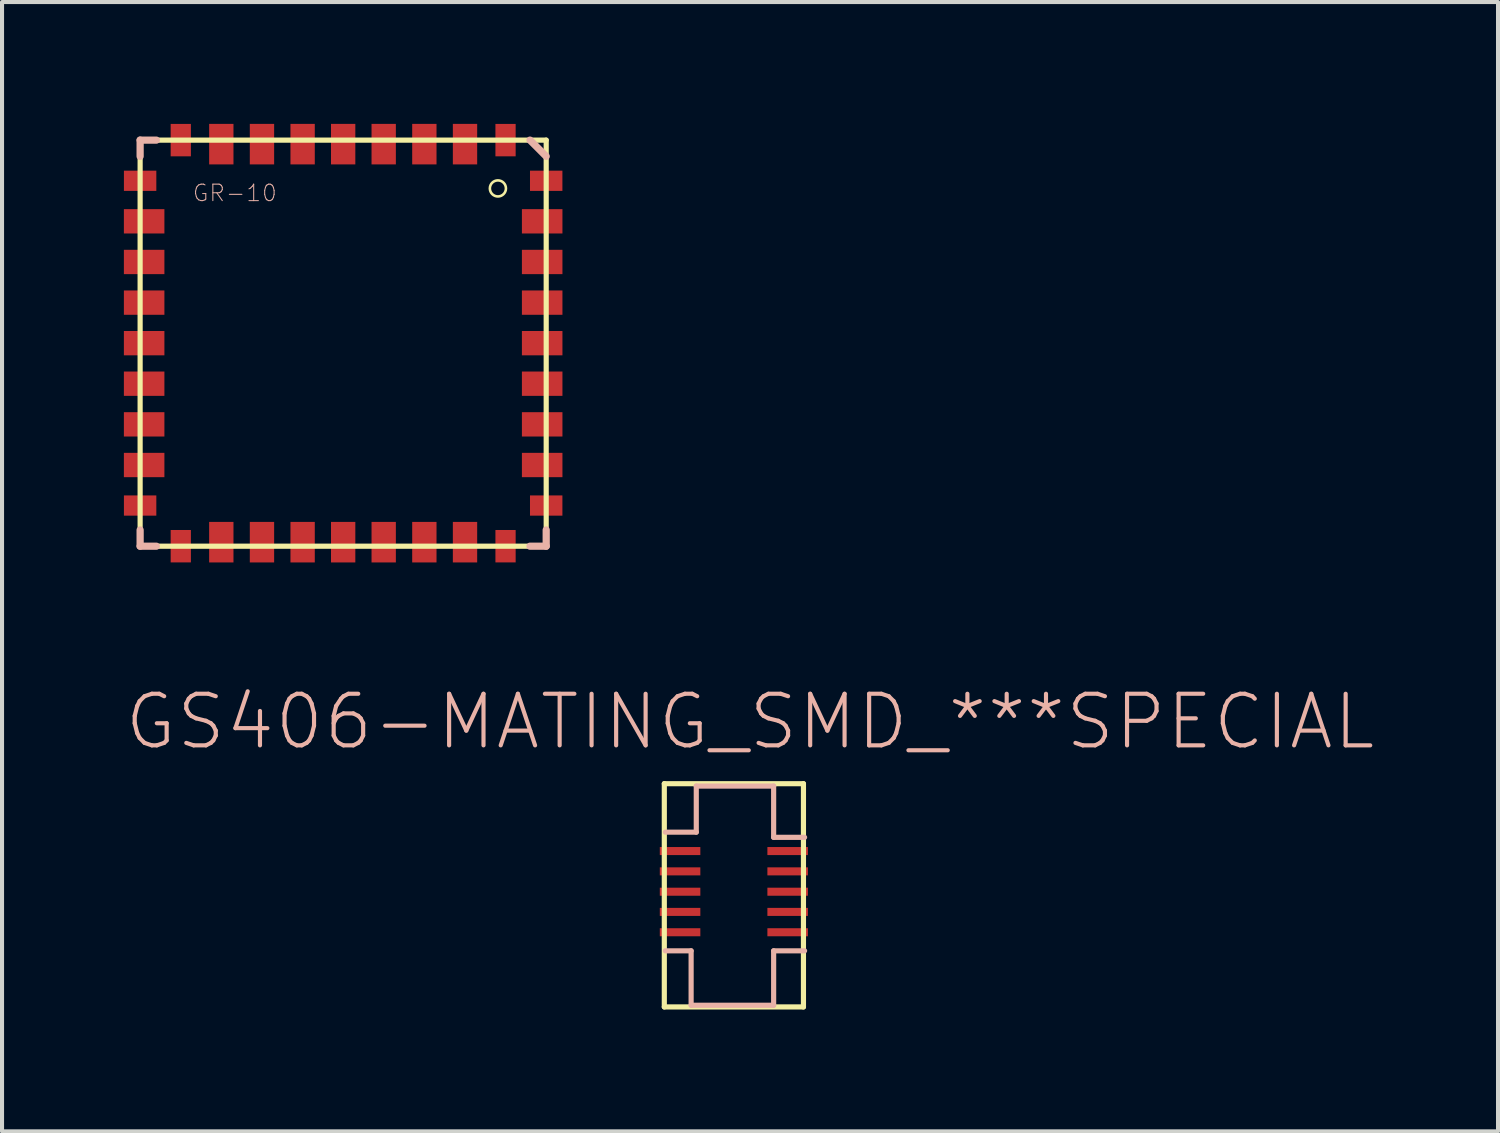
<source format=kicad_pcb>
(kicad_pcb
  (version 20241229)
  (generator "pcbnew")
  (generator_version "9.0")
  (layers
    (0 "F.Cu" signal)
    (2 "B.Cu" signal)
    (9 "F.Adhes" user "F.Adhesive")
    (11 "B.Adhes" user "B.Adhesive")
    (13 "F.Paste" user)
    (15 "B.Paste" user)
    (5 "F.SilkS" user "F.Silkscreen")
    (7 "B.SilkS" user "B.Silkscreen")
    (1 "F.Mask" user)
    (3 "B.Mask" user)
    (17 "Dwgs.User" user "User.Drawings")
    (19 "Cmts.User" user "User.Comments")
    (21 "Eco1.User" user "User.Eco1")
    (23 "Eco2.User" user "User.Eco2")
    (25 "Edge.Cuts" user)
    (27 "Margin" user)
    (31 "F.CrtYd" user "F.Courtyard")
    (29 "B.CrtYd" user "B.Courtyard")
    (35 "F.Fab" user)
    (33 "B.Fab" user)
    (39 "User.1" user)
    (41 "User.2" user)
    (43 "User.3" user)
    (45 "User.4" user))
  (footprint "GS406-MATING_SMD_***SPECIAL"
    (layer "F.Cu")
    (at 14.982 18.963)
    (property "Reference" "GS406-MATING_SMD_***SPECIAL" (at 0.434 -4.244 0) (layer "B.SilkS") (effects (font (size 1.27 1.27) (thickness 0.102))))
    (attr smd)
    (fp_line (start -1.676 -2.718) (end 1.75 -2.718) (stroke (width 0.127) (type solid)) (layer "F.SilkS"))
    (fp_line (start -1.676 2.779) (end -1.676 -2.718) (stroke (width 0.127) (type solid)) (layer "F.SilkS"))
    (fp_line (start 1.75 -2.718) (end 1.75 2.779) (stroke (width 0.127) (type solid)) (layer "F.SilkS"))
    (fp_line (start 1.75 2.779) (end -1.676 2.779) (stroke (width 0.127) (type solid)) (layer "F.SilkS"))
    (fp_line (start -1.651 -1.524) (end -0.889 -1.524) (stroke (width 0.127) (type solid)) (layer "B.SilkS"))
    (fp_line (start -1.016 1.397) (end -1.651 1.397) (stroke (width 0.127) (type solid)) (layer "B.SilkS"))
    (fp_line (start -1.016 2.738) (end -1.016 1.397) (stroke (width 0.127) (type solid)) (layer "B.SilkS"))
    (fp_line (start -0.889 -2.659) (end 1.016 -2.659) (stroke (width 0.127) (type solid)) (layer "B.SilkS"))
    (fp_line (start -0.889 -1.524) (end -0.889 -2.659) (stroke (width 0.127) (type solid)) (layer "B.SilkS"))
    (fp_line (start 1.016 -2.659) (end 1.016 -1.397) (stroke (width 0.127) (type solid)) (layer "B.SilkS"))
    (fp_line (start 1.016 -1.397) (end 1.778 -1.397) (stroke (width 0.127) (type solid)) (layer "B.SilkS"))
    (fp_line (start 1.016 1.397) (end 1.016 2.738) (stroke (width 0.127) (type solid)) (layer "B.SilkS"))
    (fp_line (start 1.016 2.738) (end -1.016 2.738) (stroke (width 0.127) (type solid)) (layer "B.SilkS"))
    (fp_line (start 1.778 1.397) (end 1.016 1.397) (stroke (width 0.127) (type solid)) (layer "B.SilkS"))
    (pad "1" smd rect (at -1.288 -1.059) (size 0.998 0.198) (layers "F.Cu" "F.Mask" "F.Paste"))
    (pad "2" smd rect (at -1.288 -0.559) (size 0.998 0.198) (layers "F.Cu" "F.Mask" "F.Paste"))
    (pad "3" smd rect (at -1.288 -0.058) (size 0.998 0.198) (layers "F.Cu" "F.Mask" "F.Paste"))
    (pad "4" smd rect (at -1.288 0.439) (size 0.998 0.198) (layers "F.Cu" "F.Mask" "F.Paste"))
    (pad "5" smd rect (at -1.288 0.94) (size 0.998 0.198) (layers "F.Cu" "F.Mask" "F.Paste"))
    (pad "6" smd rect (at 1.361 -1.059) (size 0.998 0.198) (layers "F.Cu" "F.Mask" "F.Paste"))
    (pad "7" smd rect (at 1.361 -0.559) (size 0.998 0.198) (layers "F.Cu" "F.Mask" "F.Paste"))
    (pad "8" smd rect (at 1.361 -0.058) (size 0.998 0.198) (layers "F.Cu" "F.Mask" "F.Paste"))
    (pad "9" smd rect (at 1.361 0.439) (size 0.998 0.198) (layers "F.Cu" "F.Mask" "F.Paste"))
    (pad "10" smd rect (at 1.361 0.94) (size 0.998 0.198) (layers "F.Cu" "F.Mask" "F.Paste")))
  (footprint "GR-10"
    (layer "F.Cu")
    (at 5.399 5.399)
    (property "Reference" "GR-10" (at -2.667 -3.696 0) (layer "B.SilkS") (effects (font (size 0.406 0.406) (thickness 0.025))))
    (attr smd)
    (fp_line (start -4.999 -4.999) (end 4.999 -4.999) (stroke (width 0.127) (type solid)) (layer "F.SilkS"))
    (fp_line (start -4.999 4.999) (end -4.999 -4.999) (stroke (width 0.127) (type solid)) (layer "F.SilkS"))
    (fp_line (start 4.999 -4.999) (end 4.999 4.999) (stroke (width 0.127) (type solid)) (layer "F.SilkS"))
    (fp_line (start 4.999 4.999) (end -4.999 4.999) (stroke (width 0.127) (type solid)) (layer "F.SilkS"))
    (fp_circle (center 3.81 -3.81) (end 3.95 -3.95) (stroke (width 0.064) (type solid)) (fill no) (layer "F.SilkS"))
    (fp_line (start -4.999 -4.999) (end -4.999 -4.6) (stroke (width 0.178) (type solid)) (layer "B.SilkS"))
    (fp_line (start -4.999 -4.999) (end -4.6 -4.999) (stroke (width 0.178) (type solid)) (layer "B.SilkS"))
    (fp_line (start -4.999 4.999) (end -4.999 4.6) (stroke (width 0.178) (type solid)) (layer "B.SilkS"))
    (fp_line (start -4.999 4.999) (end -4.6 4.999) (stroke (width 0.178) (type solid)) (layer "B.SilkS"))
    (fp_line (start 4.999 -4.6) (end 4.6 -4.999) (stroke (width 0.178) (type solid)) (layer "B.SilkS"))
    (fp_line (start 4.999 4.999) (end 4.6 4.999) (stroke (width 0.178) (type solid)) (layer "B.SilkS"))
    (fp_line (start 4.999 4.999) (end 4.999 4.6) (stroke (width 0.178) (type solid)) (layer "B.SilkS"))
    (pad "1" smd rect (at 4.999 -3.998) (size 0.798 0.498) (layers "F.Cu" "F.Mask" "F.Paste"))
    (pad "2" smd rect (at 4.9 -3) (size 0.998 0.599) (layers "F.Cu" "F.Mask" "F.Paste"))
    (pad "3" smd rect (at 4.9 -1.999) (size 0.998 0.599) (layers "F.Cu" "F.Mask" "F.Paste"))
    (pad "4" smd rect (at 4.9 -0.998) (size 0.998 0.599) (layers "F.Cu" "F.Mask" "F.Paste"))
    (pad "5" smd rect (at 4.9 0) (size 0.998 0.599) (layers "F.Cu" "F.Mask" "F.Paste"))
    (pad "6" smd rect (at 4.9 0.998) (size 0.998 0.599) (layers "F.Cu" "F.Mask" "F.Paste"))
    (pad "7" smd rect (at 4.9 1.999) (size 0.998 0.599) (layers "F.Cu" "F.Mask" "F.Paste"))
    (pad "8" smd rect (at 4.9 3) (size 0.998 0.599) (layers "F.Cu" "F.Mask" "F.Paste"))
    (pad "9" smd rect (at 4.999 3.998) (size 0.798 0.498) (layers "F.Cu" "F.Mask" "F.Paste"))
    (pad "10" smd rect (at 3.998 4.999 270) (size 0.798 0.498) (layers "F.Cu" "F.Mask" "F.Paste"))
    (pad "11" smd rect (at 3 4.9 270) (size 0.998 0.599) (layers "F.Cu" "F.Mask" "F.Paste"))
    (pad "12" smd rect (at 1.999 4.9 270) (size 0.998 0.599) (layers "F.Cu" "F.Mask" "F.Paste"))
    (pad "13" smd rect (at 0.998 4.9 270) (size 0.998 0.599) (layers "F.Cu" "F.Mask" "F.Paste"))
    (pad "14" smd rect (at 0 4.9 270) (size 0.998 0.599) (layers "F.Cu" "F.Mask" "F.Paste"))
    (pad "15" smd rect (at -0.998 4.9 270) (size 0.998 0.599) (layers "F.Cu" "F.Mask" "F.Paste"))
    (pad "16" smd rect (at -1.999 4.9 270) (size 0.998 0.599) (layers "F.Cu" "F.Mask" "F.Paste"))
    (pad "17" smd rect (at -3 4.9 270) (size 0.998 0.599) (layers "F.Cu" "F.Mask" "F.Paste"))
    (pad "18" smd rect (at -3.998 4.999 270) (size 0.798 0.498) (layers "F.Cu" "F.Mask" "F.Paste"))
    (pad "19" smd rect (at -4.999 3.998 180) (size 0.798 0.498) (layers "F.Cu" "F.Mask" "F.Paste"))
    (pad "20" smd rect (at -4.9 3 180) (size 0.998 0.599) (layers "F.Cu" "F.Mask" "F.Paste"))
    (pad "21" smd rect (at -4.9 1.999 180) (size 0.998 0.599) (layers "F.Cu" "F.Mask" "F.Paste"))
    (pad "22" smd rect (at -4.9 0.998 180) (size 0.998 0.599) (layers "F.Cu" "F.Mask" "F.Paste"))
    (pad "23" smd rect (at -4.9 0 180) (size 0.998 0.599) (layers "F.Cu" "F.Mask" "F.Paste"))
    (pad "24" smd rect (at -4.9 -0.998 180) (size 0.998 0.599) (layers "F.Cu" "F.Mask" "F.Paste"))
    (pad "25" smd rect (at -4.9 -1.999 180) (size 0.998 0.599) (layers "F.Cu" "F.Mask" "F.Paste"))
    (pad "26" smd rect (at -4.9 -3 180) (size 0.998 0.599) (layers "F.Cu" "F.Mask" "F.Paste"))
    (pad "27" smd rect (at -4.999 -3.998 180) (size 0.798 0.498) (layers "F.Cu" "F.Mask" "F.Paste"))
    (pad "28" smd rect (at -3.998 -4.999 90) (size 0.798 0.498) (layers "F.Cu" "F.Mask" "F.Paste"))
    (pad "29" smd rect (at -3 -4.9 90) (size 0.998 0.599) (layers "F.Cu" "F.Mask" "F.Paste"))
    (pad "30" smd rect (at -1.999 -4.9 90) (size 0.998 0.599) (layers "F.Cu" "F.Mask" "F.Paste"))
    (pad "31" smd rect (at -0.998 -4.9 90) (size 0.998 0.599) (layers "F.Cu" "F.Mask" "F.Paste"))
    (pad "32" smd rect (at 0 -4.9 90) (size 0.998 0.599) (layers "F.Cu" "F.Mask" "F.Paste"))
    (pad "33" smd rect (at 0.998 -4.9 90) (size 0.998 0.599) (layers "F.Cu" "F.Mask" "F.Paste"))
    (pad "34" smd rect (at 1.999 -4.9 90) (size 0.998 0.599) (layers "F.Cu" "F.Mask" "F.Paste"))
    (pad "35" smd rect (at 3 -4.9 90) (size 0.998 0.599) (layers "F.Cu" "F.Mask" "F.Paste"))
    (pad "36" smd rect (at 3.998 -4.999 90) (size 0.798 0.498) (layers "F.Cu" "F.Mask" "F.Paste")))
  (gr_rect
    (start -3 -3)
    (end 33.833 24.805)
    (stroke (width 0.1) (type default))
    (fill no)
    (layer "Edge.Cuts")))
</source>
